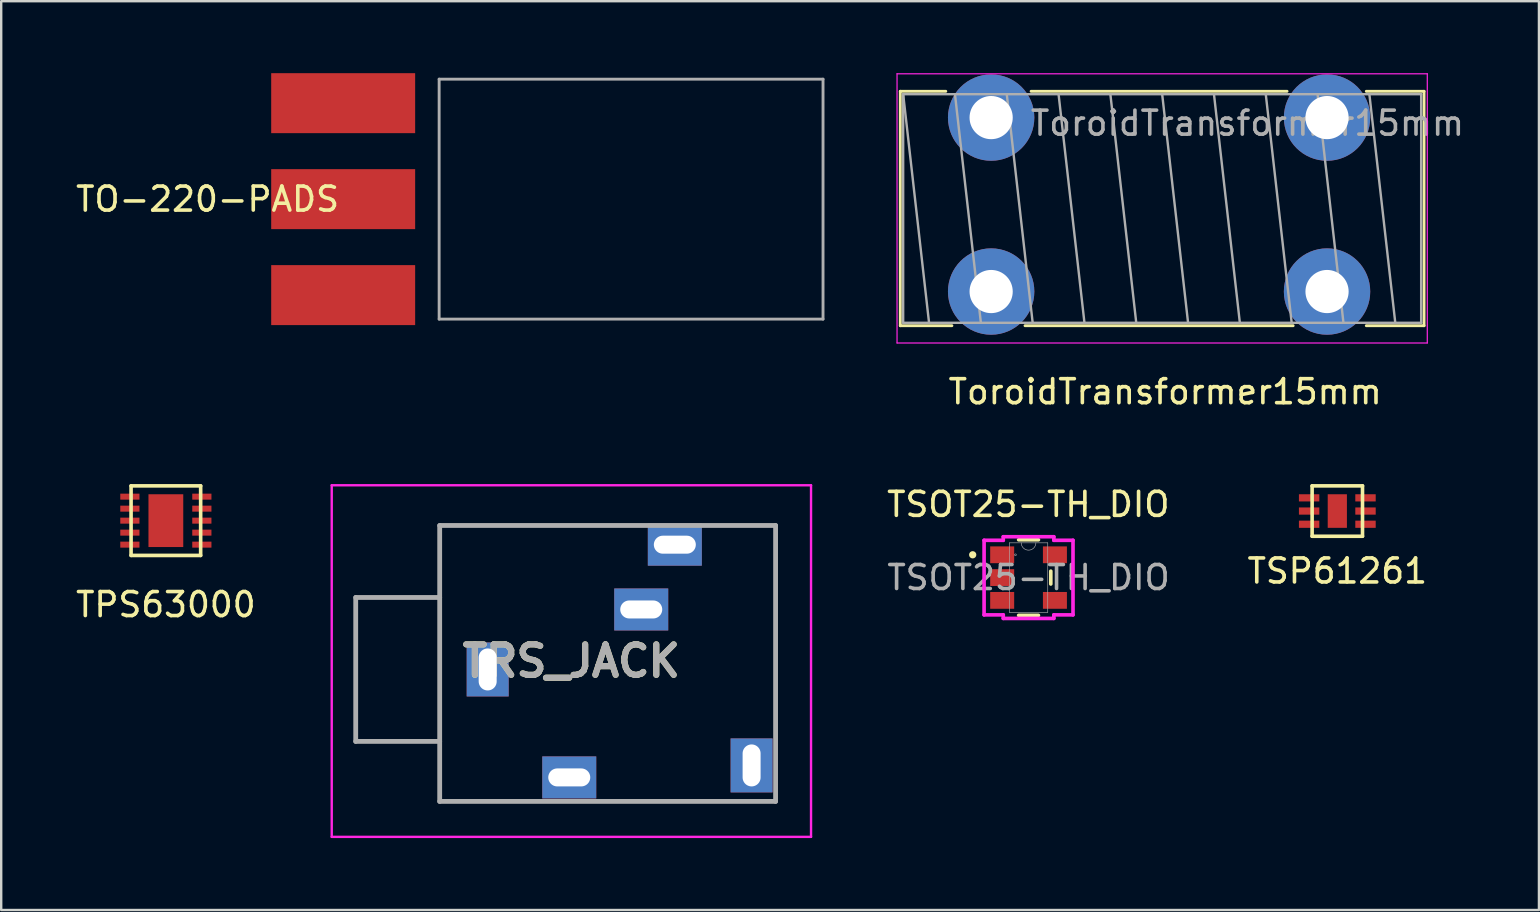
<source format=kicad_pcb>
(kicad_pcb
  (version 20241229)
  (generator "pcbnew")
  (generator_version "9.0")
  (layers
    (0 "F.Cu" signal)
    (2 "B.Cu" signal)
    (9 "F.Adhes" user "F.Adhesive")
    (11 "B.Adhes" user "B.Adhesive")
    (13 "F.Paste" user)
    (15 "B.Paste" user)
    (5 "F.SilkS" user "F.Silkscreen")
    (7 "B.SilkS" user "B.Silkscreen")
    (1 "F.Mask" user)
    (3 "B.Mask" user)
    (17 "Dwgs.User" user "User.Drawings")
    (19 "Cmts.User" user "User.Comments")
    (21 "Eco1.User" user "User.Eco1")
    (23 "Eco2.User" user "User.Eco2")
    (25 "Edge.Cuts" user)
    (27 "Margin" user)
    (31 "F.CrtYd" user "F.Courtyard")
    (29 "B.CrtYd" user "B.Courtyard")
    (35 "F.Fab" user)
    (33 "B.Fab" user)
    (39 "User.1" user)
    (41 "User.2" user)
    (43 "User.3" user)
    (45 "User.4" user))
  (footprint "TO-220-PADS"
    (layer "F.Cu")
    (at 15.253 5.25)
    (property "Reference" "TO-220-PADS" (at -9.652 0 0) (layer "F.SilkS") (effects (font (size 1 1) (thickness 0.15))))
    (attr through_hole)
    (fp_line (start 0 -5) (end 0 5) (stroke (width 0.12) (type solid)) (layer "F.Fab"))
    (fp_line (start 0 5) (end 16 5) (stroke (width 0.12) (type solid)) (layer "F.Fab"))
    (fp_line (start 16 -5) (end 0 -5) (stroke (width 0.12) (type solid)) (layer "F.Fab"))
    (fp_line (start 16 5) (end 16 -5) (stroke (width 0.12) (type solid)) (layer "F.Fab"))
    (pad "1" smd rect (at -4 -4) (size 6 2.5) (layers "F.Cu" "F.Mask" "F.Paste"))
    (pad "2" smd rect (at -4 0) (size 6 2.5) (layers "F.Cu" "F.Mask" "F.Paste"))
    (pad "3" smd rect (at -4 4) (size 6 2.5) (layers "F.Cu" "F.Mask" "F.Paste")))
  (footprint "TSOT25-TH_DIO"
    (layer "F.Cu")
    (at 39.819 21.023)
    (property "Reference" "TSOT25-TH_DIO" (at -0.01 -3.05 0) (unlocked yes) (layer "F.SilkS") (effects (font (size 1 1) (thickness 0.15))))
    (attr smd)
    (fp_line (start -0.412 1.575) (end 0.412 1.575) (stroke (width 0.152) (type solid)) (layer "F.SilkS"))
    (fp_line (start 0.412 -1.575) (end -0.412 -1.575) (stroke (width 0.152) (type solid)) (layer "F.SilkS"))
    (fp_line (start 0.927 0.267) (end 0.927 -0.267) (stroke (width 0.152) (type solid)) (layer "F.SilkS"))
    (fp_circle (center -2.328 -0.95) (end -2.252 -0.95) (stroke (width 0.152) (type solid)) (fill no) (layer "F.SilkS"))
    (fp_line (start -1.853 -1.554) (end -1.054 -1.554) (stroke (width 0.152) (type solid)) (layer "F.CrtYd"))
    (fp_line (start -1.853 1.554) (end -1.853 -1.554) (stroke (width 0.152) (type solid)) (layer "F.CrtYd"))
    (fp_line (start -1.853 1.554) (end -1.054 1.554) (stroke (width 0.152) (type solid)) (layer "F.CrtYd"))
    (fp_line (start -1.054 -1.702) (end 1.054 -1.702) (stroke (width 0.152) (type solid)) (layer "F.CrtYd"))
    (fp_line (start -1.054 -1.554) (end -1.054 -1.702) (stroke (width 0.152) (type solid)) (layer "F.CrtYd"))
    (fp_line (start -1.054 1.702) (end -1.054 1.554) (stroke (width 0.152) (type solid)) (layer "F.CrtYd"))
    (fp_line (start 1.054 -1.702) (end 1.054 -1.554) (stroke (width 0.152) (type solid)) (layer "F.CrtYd"))
    (fp_line (start 1.054 1.554) (end 1.054 1.702) (stroke (width 0.152) (type solid)) (layer "F.CrtYd"))
    (fp_line (start 1.054 1.702) (end -1.054 1.702) (stroke (width 0.152) (type solid)) (layer "F.CrtYd"))
    (fp_line (start 1.853 -1.554) (end 1.054 -1.554) (stroke (width 0.152) (type solid)) (layer "F.CrtYd"))
    (fp_line (start 1.853 -1.554) (end 1.853 1.554) (stroke (width 0.152) (type solid)) (layer "F.CrtYd"))
    (fp_line (start 1.853 1.554) (end 1.054 1.554) (stroke (width 0.152) (type solid)) (layer "F.CrtYd"))
    (fp_line (start -0.8 -1.448) (end -0.8 1.448) (stroke (width 0.025) (type solid)) (layer "F.Fab"))
    (fp_line (start -0.8 1.448) (end 0.8 1.448) (stroke (width 0.025) (type solid)) (layer "F.Fab"))
    (fp_line (start 0.8 -1.448) (end -0.8 -1.448) (stroke (width 0.025) (type solid)) (layer "F.Fab"))
    (fp_line (start 0.8 1.448) (end 0.8 -1.448) (stroke (width 0.025) (type solid)) (layer "F.Fab"))
    (fp_arc (start 0.3048 -1.4478) (mid 0 -1.143) (end -0.3048 -1.4478) (stroke (width 0.0254) (type solid)) (layer "F.Fab"))
    (fp_circle (center -0.546 -0.95) (end -0.508 -0.95) (stroke (width 0.025) (type solid)) (fill no) (layer "F.Fab"))
    (fp_text user "${REFERENCE}" (at 0 0 0) (unlocked yes) (layer "F.Fab") (effects (font (size 1 1) (thickness 0.15))))
    (pad "1" smd rect (at -1.099 -0.95) (size 1 0.7) (layers "F.Cu" "F.Mask" "F.Paste"))
    (pad "2" smd rect (at -1.099 0) (size 1 0.7) (layers "F.Cu" "F.Mask" "F.Paste"))
    (pad "3" smd rect (at -1.099 0.95) (size 1 0.7) (layers "F.Cu" "F.Mask" "F.Paste"))
    (pad "4" smd rect (at 1.099 0.95) (size 1 0.7) (layers "F.Cu" "F.Mask" "F.Paste"))
    (pad "5" smd rect (at 1.099 -0.95) (size 1 0.7) (layers "F.Cu" "F.Mask" "F.Paste")))
  (footprint "TPS63000"
    (layer "F.Cu")
    (at 3.863 18.65)
    (property "Reference" "TPS63000" (at 0 3.5 0) (layer "F.SilkS") (effects (font (size 1 1) (thickness 0.15))))
    (attr through_hole)
    (fp_line (start -1.45 -1.45) (end -1.45 1.45) (stroke (width 0.15) (type solid)) (layer "F.SilkS"))
    (fp_line (start -1.45 1.45) (end 1.45 1.45) (stroke (width 0.15) (type solid)) (layer "F.SilkS"))
    (fp_line (start 1.45 -1.45) (end -1.45 -1.45) (stroke (width 0.15) (type solid)) (layer "F.SilkS"))
    (fp_line (start 1.45 1.45) (end 1.45 -1.45) (stroke (width 0.15) (type solid)) (layer "F.SilkS"))
    (pad "1" smd rect (at -1.5 -1) (size 0.8 0.25) (layers "F.Cu" "F.Mask" "F.Paste"))
    (pad "2" smd rect (at -1.5 -0.5) (size 0.8 0.25) (layers "F.Cu" "F.Mask" "F.Paste"))
    (pad "3" smd rect (at -1.5 0) (size 0.8 0.25) (layers "F.Cu" "F.Mask" "F.Paste"))
    (pad "4" smd rect (at -1.5 0.5) (size 0.8 0.25) (layers "F.Cu" "F.Mask" "F.Paste"))
    (pad "5" smd rect (at -1.5 1) (size 0.8 0.25) (layers "F.Cu" "F.Mask" "F.Paste"))
    (pad "6" smd rect (at 1.5 1) (size 0.8 0.25) (layers "F.Cu" "F.Mask" "F.Paste"))
    (pad "7" smd rect (at 1.5 0.5) (size 0.8 0.25) (layers "F.Cu" "F.Mask" "F.Paste"))
    (pad "8" smd rect (at 1.5 0) (size 0.8 0.25) (layers "F.Cu" "F.Mask" "F.Paste"))
    (pad "9" smd rect (at 1.5 -0.5) (size 0.8 0.25) (layers "F.Cu" "F.Mask" "F.Paste"))
    (pad "10" smd rect (at 1.5 -1) (size 0.8 0.25) (layers "F.Cu" "F.Mask" "F.Paste"))
    (pad "11" smd rect (at 0 0) (size 1.45 2.2) (layers "F.Cu" "F.Mask" "F.Paste")))
  (footprint "TRS_JACK"
    (layer "F.Cu")
    (at 17.276 24.852)
    (property "Reference" "TRS_JACK" (at 3.489 -0.35 0) (layer "F.SilkS") (effects (font (size 1.27 1.27) (thickness 0.254))))
    (attr through_hole)
    (fp_line (start -2 -6) (end -2 5.5) (stroke (width 0.1) (type solid)) (layer "F.SilkS"))
    (fp_line (start -2 5.5) (end 0.54 5.5) (stroke (width 0.1) (type solid)) (layer "F.SilkS"))
    (fp_line (start 5.62 -6) (end -2 -6) (stroke (width 0.1) (type solid)) (layer "F.SilkS"))
    (fp_line (start 12 -6) (end 10.7 -6) (stroke (width 0.1) (type solid)) (layer "F.SilkS"))
    (fp_line (start 12 2.5) (end 12 -6) (stroke (width 0.1) (type solid)) (layer "F.SilkS"))
    (fp_line (start -6.5 -7.677) (end 13.477 -7.677) (stroke (width 0.1) (type solid)) (layer "F.CrtYd"))
    (fp_line (start -6.5 6.977) (end -6.5 -7.677) (stroke (width 0.1) (type solid)) (layer "F.CrtYd"))
    (fp_line (start 13.477 -7.677) (end 13.477 6.977) (stroke (width 0.1) (type solid)) (layer "F.CrtYd"))
    (fp_line (start 13.477 6.977) (end -6.5 6.977) (stroke (width 0.1) (type solid)) (layer "F.CrtYd"))
    (fp_line (start -5.5 -3) (end -5.5 3) (stroke (width 0.2) (type solid)) (layer "F.Fab"))
    (fp_line (start -5.5 3) (end -2 3) (stroke (width 0.2) (type solid)) (layer "F.Fab"))
    (fp_line (start -2 -6) (end 12 -6) (stroke (width 0.2) (type solid)) (layer "F.Fab"))
    (fp_line (start -2 -3) (end -5.5 -3) (stroke (width 0.2) (type solid)) (layer "F.Fab"))
    (fp_line (start -2 5.5) (end -2 -6) (stroke (width 0.2) (type solid)) (layer "F.Fab"))
    (fp_line (start 12 -6) (end 12 5.5) (stroke (width 0.2) (type solid)) (layer "F.Fab"))
    (fp_line (start 12 5.5) (end -2 5.5) (stroke (width 0.2) (type solid)) (layer "F.Fab"))
    (fp_text user "${REFERENCE}" (at 3.489 -0.35 0) (layer "F.Fab") (effects (font (size 1.27 1.27) (thickness 0.254))))
    (pad "1" thru_hole rect (at 0 0) (size 1.75 2.25) (drill oval 0.75 1.75) (layers "*.Cu" "*.Mask"))
    (pad "2" thru_hole rect (at 7.8 -5.2 90) (size 1.75 2.25) (drill oval 0.75 1.75) (layers "*.Cu" "*.Mask"))
    (pad "3" thru_hole rect (at 6.4 -2.5 90) (size 1.75 2.25) (drill oval 0.75 1.75) (layers "*.Cu" "*.Mask"))
    (pad "4" thru_hole rect (at 11 4) (size 1.75 2.25) (drill oval 0.75 1.75) (layers "*.Cu" "*.Mask"))
    (pad "5" thru_hole rect (at 3.4 4.5 90) (size 1.75 2.25) (drill oval 0.75 1.75) (layers "*.Cu" "*.Mask")))
  (footprint "TSP61261"
    (layer "F.Cu")
    (at 52.688 18.25)
    (property "Reference" "TSP61261" (at 0 2.5 0) (layer "F.SilkS") (effects (font (size 1 1) (thickness 0.15))))
    (attr through_hole)
    (fp_line (start -1.05 -1.05) (end 1.05 -1.05) (stroke (width 0.15) (type solid)) (layer "F.SilkS"))
    (fp_line (start -1.05 1.05) (end -1.05 -1.05) (stroke (width 0.15) (type solid)) (layer "F.SilkS"))
    (fp_line (start 1.05 -1.05) (end 1.05 1.05) (stroke (width 0.15) (type solid)) (layer "F.SilkS"))
    (fp_line (start 1.05 1.05) (end -1.05 1.05) (stroke (width 0.15) (type solid)) (layer "F.SilkS"))
    (pad "1" smd rect (at -1.175 -0.55) (size 0.85 0.3) (layers "F.Cu" "F.Mask" "F.Paste"))
    (pad "2" smd rect (at -1.175 0) (size 0.85 0.3) (layers "F.Cu" "F.Mask" "F.Paste"))
    (pad "3" smd rect (at -1.175 0.55) (size 0.85 0.3) (layers "F.Cu" "F.Mask" "F.Paste"))
    (pad "4" smd rect (at 1.175 0.55) (size 0.85 0.3) (layers "F.Cu" "F.Mask" "F.Paste"))
    (pad "5" smd rect (at 1.175 0) (size 0.85 0.3) (layers "F.Cu" "F.Mask" "F.Paste"))
    (pad "6" smd rect (at 1.175 -0.55) (size 0.85 0.3) (layers "F.Cu" "F.Mask" "F.Paste"))
    (pad "7" smd rect (at 0 0) (size 0.8 1.4) (layers "F.Cu" "F.Mask" "F.Paste")))
  (footprint "ToroidTransformer15mm"
    (layer "F.Cu")
    (at 45.26 2.101)
    (property "Reference" "ToroidTransformer15mm" (at 0.254 11.176 0) (layer "F.SilkS") (effects (font (size 1 1) (thickness 0.15))))
    (attr through_hole)
    (fp_line (start -10.787 -1.346) (end -10.787 8.424) (stroke (width 0.12) (type solid)) (layer "F.SilkS"))
    (fp_line (start -10.787 -1.346) (end -8.89 -1.346) (stroke (width 0.12) (type solid)) (layer "F.SilkS"))
    (fp_line (start -10.787 8.424) (end -8.636 8.424) (stroke (width 0.12) (type solid)) (layer "F.SilkS"))
    (fp_line (start -5.588 8.424) (end 5.588 8.424) (stroke (width 0.12) (type solid)) (layer "F.SilkS"))
    (fp_line (start 5.334 -1.346) (end -5.334 -1.346) (stroke (width 0.12) (type solid)) (layer "F.SilkS"))
    (fp_line (start 8.636 -1.346) (end 11.043 -1.346) (stroke (width 0.12) (type solid)) (layer "F.SilkS"))
    (fp_line (start 8.636 8.424) (end 11.043 8.424) (stroke (width 0.12) (type solid)) (layer "F.SilkS"))
    (fp_line (start 11.043 -1.346) (end 11.043 8.424) (stroke (width 0.12) (type solid)) (layer "F.SilkS"))
    (fp_line (start -10.922 -2.076) (end -10.922 9.144) (stroke (width 0.05) (type solid)) (layer "F.CrtYd"))
    (fp_line (start -10.922 9.144) (end 11.178 9.144) (stroke (width 0.05) (type solid)) (layer "F.CrtYd"))
    (fp_line (start 11.178 -2.076) (end -10.922 -2.076) (stroke (width 0.05) (type solid)) (layer "F.CrtYd"))
    (fp_line (start 11.178 9.144) (end 11.178 -2.076) (stroke (width 0.05) (type solid)) (layer "F.CrtYd"))
    (fp_line (start -10.667 -1.226) (end -10.667 8.304) (stroke (width 0.1) (type solid)) (layer "F.Fab"))
    (fp_line (start -10.667 -1.226) (end -9.588 8.304) (stroke (width 0.1) (type solid)) (layer "F.Fab"))
    (fp_line (start -10.667 8.304) (end 10.923 8.304) (stroke (width 0.1) (type solid)) (layer "F.Fab"))
    (fp_line (start -8.508 -1.226) (end -7.428 8.304) (stroke (width 0.1) (type solid)) (layer "F.Fab"))
    (fp_line (start -6.349 -1.226) (end -5.269 8.304) (stroke (width 0.1) (type solid)) (layer "F.Fab"))
    (fp_line (start -4.19 -1.226) (end -3.111 8.304) (stroke (width 0.1) (type solid)) (layer "F.Fab"))
    (fp_line (start -2.031 -1.226) (end -0.952 8.304) (stroke (width 0.1) (type solid)) (layer "F.Fab"))
    (fp_line (start 0.128 -1.226) (end 1.208 8.304) (stroke (width 0.1) (type solid)) (layer "F.Fab"))
    (fp_line (start 2.287 -1.226) (end 3.366 8.304) (stroke (width 0.1) (type solid)) (layer "F.Fab"))
    (fp_line (start 4.446 -1.226) (end 5.526 8.304) (stroke (width 0.1) (type solid)) (layer "F.Fab"))
    (fp_line (start 6.605 -1.226) (end 7.684 8.304) (stroke (width 0.1) (type solid)) (layer "F.Fab"))
    (fp_line (start 8.764 -1.226) (end 9.844 8.304) (stroke (width 0.1) (type solid)) (layer "F.Fab"))
    (fp_line (start 10.923 -1.226) (end -10.667 -1.226) (stroke (width 0.1) (type solid)) (layer "F.Fab"))
    (fp_line (start 10.923 8.304) (end 10.923 -1.226) (stroke (width 0.1) (type solid)) (layer "F.Fab"))
    (fp_text user "${REFERENCE}" (at 3.683 -0.016 0) (layer "F.Fab") (effects (font (size 1 1) (thickness 0.15))))
    (pad "1" thru_hole circle (at 7 -0.25) (size 3.6 3.6) (drill 1.8) (layers "*.Cu" "*.Mask"))
    (pad "2" thru_hole circle (at -7 -0.25) (size 3.6 3.6) (drill 1.8) (layers "*.Cu" "*.Mask"))
    (pad "3" thru_hole circle (at -7 7) (size 3.6 3.6) (drill 1.8) (layers "*.Cu" "*.Mask"))
    (pad "4" thru_hole circle (at 7 7) (size 3.6 3.6) (drill 1.8) (layers "*.Cu" "*.Mask")))
  (gr_rect
    (start -3 -3)
    (end 61.092 34.879)
    (stroke (width 0.1) (type default))
    (fill no)
    (layer "Edge.Cuts")))
</source>
